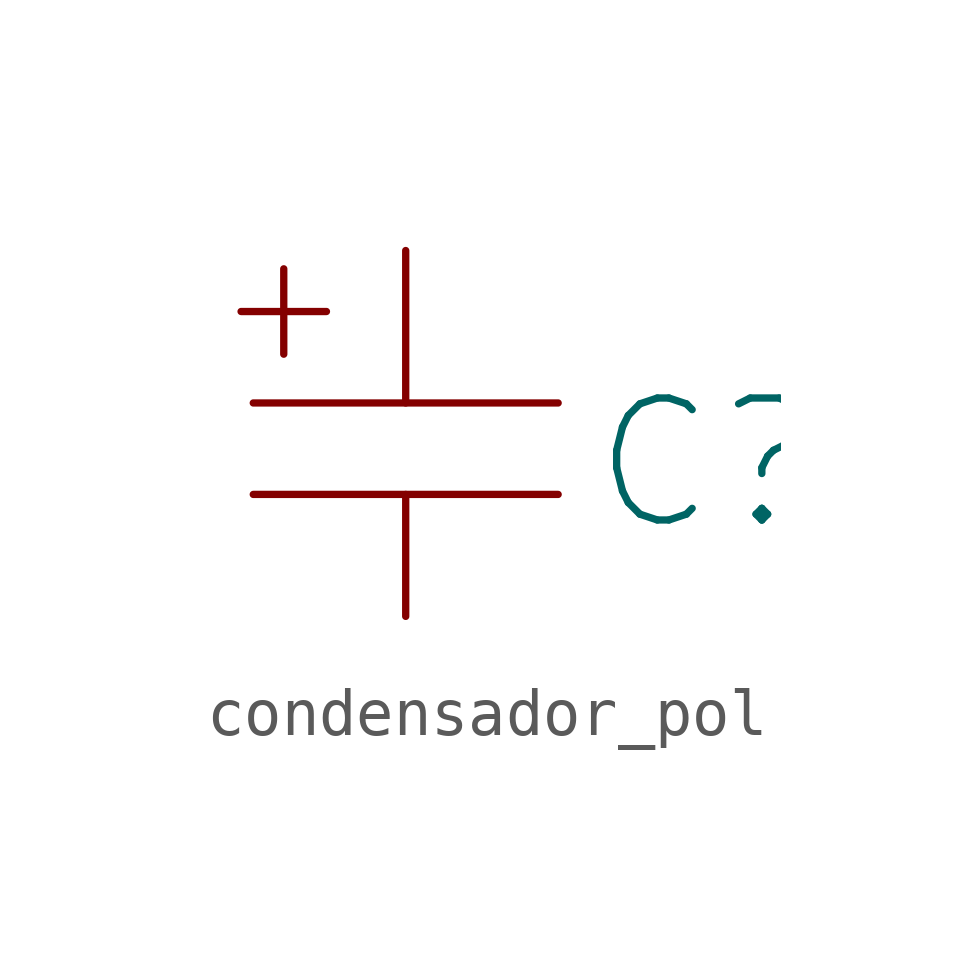
<source format=kicad_sym>
(kicad_symbol_lib
  (version 20211014)
  (generator kicad_symbol_editor)
  (symbol "condensador_pol"
    (pin_names
      (offset 1.016))
    (property "Reference" "C"
      (at 3.81 -4.445 0)
      (effects (font (size 2.54 2.54)) (justify left)))
    (symbol "condensador_pol_0_1"
      (polyline (pts (xy -3.175 -3.175) (xy 3.175 -3.175)) (stroke (width 0) (type default) (color 0 0 0 0)) (fill (type none)))
      (polyline (pts (xy -2.54 -0.381) (xy -2.54 -2.159)) (stroke (width 0) (type default) (color 0 0 0 0)) (fill (type none)))
      (polyline (pts (xy -1.651 -1.27) (xy -3.429 -1.27)) (stroke (width 0) (type default) (color 0 0 0 0)) (fill (type none)))
      (polyline (pts (xy 3.175 -5.08) (xy -3.175 -5.08)) (stroke (width 0) (type default) (color 0 0 0 0)) (fill (type none))))
    (symbol "condensador_pol_1_1"
      (pin input line (at 0 -7.62 90) (length 2.54) (name "~" (effects (font (size 1.27 1.27)))) (number "~" (effects (font (size 1.143 1.143)))))
      (pin input line (at 0 0 270) (length 3.175) (name "~" (effects (font (size 1.27 1.27)))) (number "~" (effects (font (size 1.143 1.143))))))))
</source>
